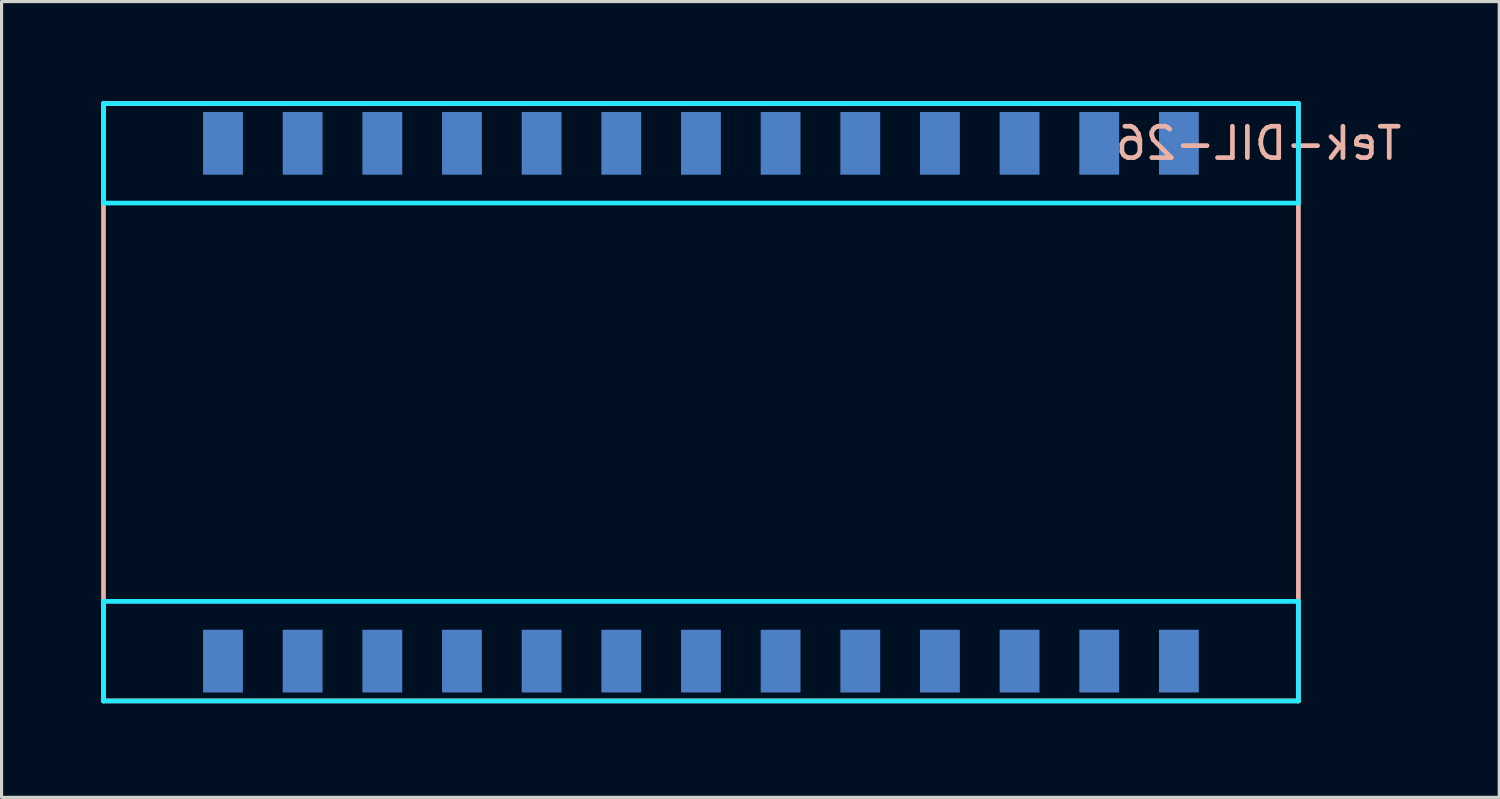
<source format=kicad_pcb>
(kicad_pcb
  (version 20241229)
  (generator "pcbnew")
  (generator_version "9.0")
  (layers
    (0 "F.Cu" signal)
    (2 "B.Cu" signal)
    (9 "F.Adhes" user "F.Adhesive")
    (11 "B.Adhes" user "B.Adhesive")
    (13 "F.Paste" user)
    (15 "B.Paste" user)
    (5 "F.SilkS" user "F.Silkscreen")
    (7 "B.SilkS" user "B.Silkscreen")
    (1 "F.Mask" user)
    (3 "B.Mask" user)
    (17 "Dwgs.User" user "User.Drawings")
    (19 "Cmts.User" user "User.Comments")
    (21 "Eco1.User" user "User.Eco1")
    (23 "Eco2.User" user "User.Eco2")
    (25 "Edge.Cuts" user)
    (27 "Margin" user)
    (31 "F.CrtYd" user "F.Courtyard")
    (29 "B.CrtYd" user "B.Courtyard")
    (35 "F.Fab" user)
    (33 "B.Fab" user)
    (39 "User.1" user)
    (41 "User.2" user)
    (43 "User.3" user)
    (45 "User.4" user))
  (footprint "Tek-DIL-26"
    (layer "F.Cu")
    (at 0.25 0.25)
    (property "Reference" "Tek-DIL-26" (at 36.83 1.27 0) (layer "B.SilkS") (effects (font (size 1 1) (thickness 0.15)) (justify mirror)))
    (attr through_hole)
    (fp_line (start 0 0) (end 0 19.05) (stroke (width 0.15) (type solid)) (layer "B.SilkS"))
    (fp_line (start 0 19.05) (end 38.1 19.05) (stroke (width 0.15) (type solid)) (layer "B.SilkS"))
    (fp_line (start 38.1 0) (end 0 0) (stroke (width 0.15) (type solid)) (layer "B.SilkS"))
    (fp_line (start 38.1 19.05) (end 38.1 0) (stroke (width 0.15) (type solid)) (layer "B.SilkS"))
    (fp_line (start 0 0) (end 0 3.175) (stroke (width 0.15) (type solid)) (layer "B.CrtYd"))
    (fp_line (start 0 3.175) (end 38.1 3.175) (stroke (width 0.15) (type solid)) (layer "B.CrtYd"))
    (fp_line (start 0 15.875) (end 38.1 15.875) (stroke (width 0.15) (type solid)) (layer "B.CrtYd"))
    (fp_line (start 0 19.05) (end 0 15.875) (stroke (width 0.15) (type solid)) (layer "B.CrtYd"))
    (fp_line (start 38.1 0) (end 0 0) (stroke (width 0.15) (type solid)) (layer "B.CrtYd"))
    (fp_line (start 38.1 3.175) (end 38.1 0) (stroke (width 0.15) (type solid)) (layer "B.CrtYd"))
    (fp_line (start 38.1 15.875) (end 38.1 19.05) (stroke (width 0.15) (type solid)) (layer "B.CrtYd"))
    (fp_line (start 38.1 19.05) (end 0 19.05) (stroke (width 0.15) (type solid)) (layer "B.CrtYd"))
    (pad "1" connect rect (at 34.29 1.27) (size 1.27 2) (layers "B.Cu" "B.Mask"))
    (pad "2" connect rect (at 31.75 1.27) (size 1.27 2) (layers "B.Cu" "B.Mask"))
    (pad "3" connect rect (at 29.21 1.27) (size 1.27 2) (layers "B.Cu" "B.Mask"))
    (pad "4" connect rect (at 26.67 1.27) (size 1.27 2) (layers "B.Cu" "B.Mask"))
    (pad "5" connect rect (at 24.13 1.27) (size 1.27 2) (layers "B.Cu" "B.Mask"))
    (pad "6" connect rect (at 21.59 1.27) (size 1.27 2) (layers "B.Cu" "B.Mask"))
    (pad "7" connect rect (at 19.05 1.27) (size 1.27 2) (layers "B.Cu" "B.Mask"))
    (pad "8" connect rect (at 16.51 1.27) (size 1.27 2) (layers "B.Cu" "B.Mask"))
    (pad "9" connect rect (at 13.97 1.27) (size 1.27 2) (layers "B.Cu" "B.Mask"))
    (pad "10" connect rect (at 11.43 1.27) (size 1.27 2) (layers "B.Cu" "B.Mask"))
    (pad "11" connect rect (at 8.89 1.27) (size 1.27 2) (layers "B.Cu" "B.Mask"))
    (pad "12" connect rect (at 6.35 1.27) (size 1.27 2) (layers "B.Cu" "B.Mask"))
    (pad "13" connect rect (at 3.81 1.27) (size 1.27 2) (layers "B.Cu" "B.Mask"))
    (pad "14" connect rect (at 3.81 17.78) (size 1.27 2) (layers "B.Cu" "B.Mask"))
    (pad "15" connect rect (at 6.35 17.78) (size 1.27 2) (layers "B.Cu" "B.Mask"))
    (pad "16" connect rect (at 8.89 17.78) (size 1.27 2) (layers "B.Cu" "B.Mask"))
    (pad "17" connect rect (at 11.43 17.78) (size 1.27 2) (layers "B.Cu" "B.Mask"))
    (pad "18" connect rect (at 13.97 17.78) (size 1.27 2) (layers "B.Cu" "B.Mask"))
    (pad "19" connect rect (at 16.51 17.78) (size 1.27 2) (layers "B.Cu" "B.Mask"))
    (pad "20" connect rect (at 19.05 17.78) (size 1.27 2) (layers "B.Cu" "B.Mask"))
    (pad "21" connect rect (at 21.59 17.78) (size 1.27 2) (layers "B.Cu" "B.Mask"))
    (pad "22" connect rect (at 24.13 17.78) (size 1.27 2) (layers "B.Cu" "B.Mask"))
    (pad "23" connect rect (at 26.67 17.78) (size 1.27 2) (layers "B.Cu" "B.Mask"))
    (pad "24" connect rect (at 29.21 17.78) (size 1.27 2) (layers "B.Cu" "B.Mask"))
    (pad "25" connect rect (at 31.75 17.78) (size 1.27 2) (layers "B.Cu" "B.Mask"))
    (pad "26" connect rect (at 34.29 17.78) (size 1.27 2) (layers "B.Cu" "B.Mask")))
  (gr_rect
    (start -3 -3)
    (end 44.753 22.375)
    (stroke (width 0.1) (type default))
    (fill no)
    (layer "Edge.Cuts")))
</source>
